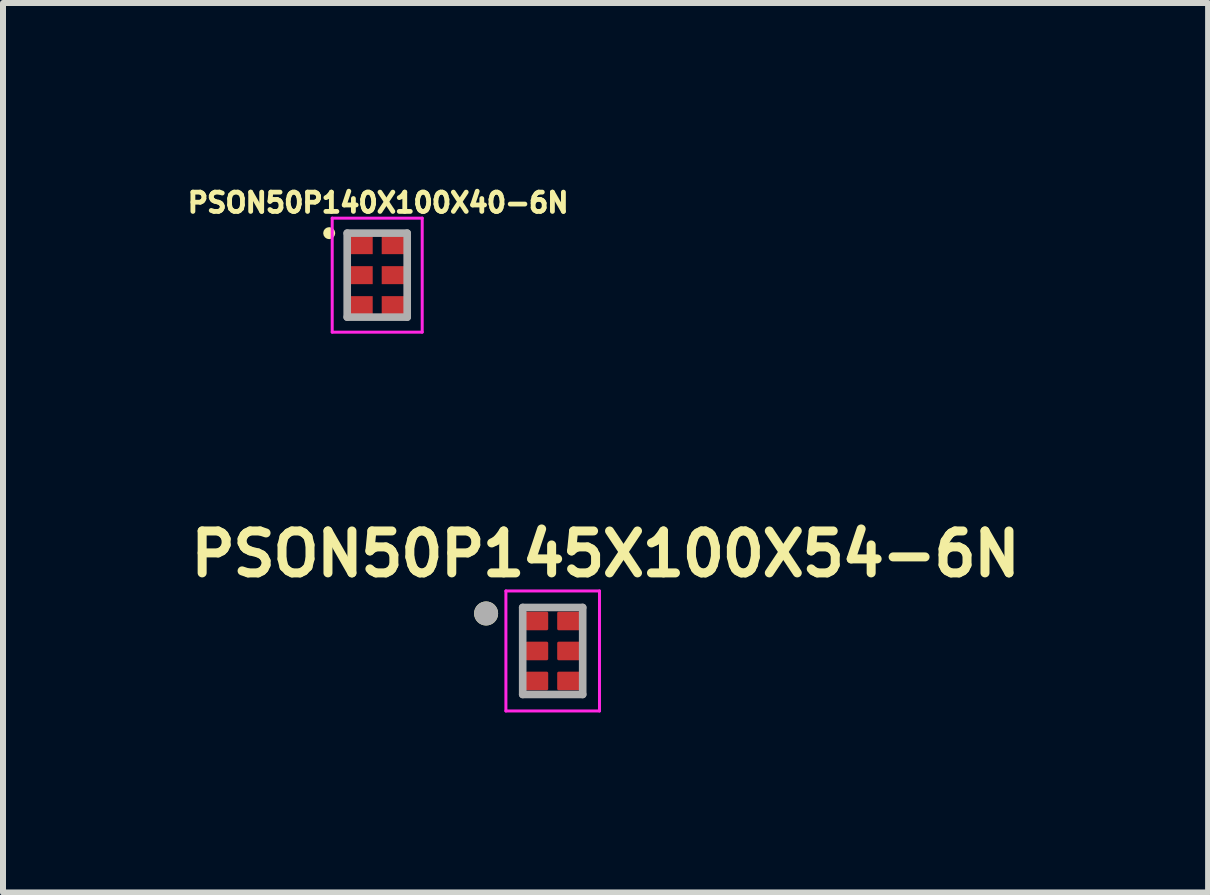
<source format=kicad_pcb>
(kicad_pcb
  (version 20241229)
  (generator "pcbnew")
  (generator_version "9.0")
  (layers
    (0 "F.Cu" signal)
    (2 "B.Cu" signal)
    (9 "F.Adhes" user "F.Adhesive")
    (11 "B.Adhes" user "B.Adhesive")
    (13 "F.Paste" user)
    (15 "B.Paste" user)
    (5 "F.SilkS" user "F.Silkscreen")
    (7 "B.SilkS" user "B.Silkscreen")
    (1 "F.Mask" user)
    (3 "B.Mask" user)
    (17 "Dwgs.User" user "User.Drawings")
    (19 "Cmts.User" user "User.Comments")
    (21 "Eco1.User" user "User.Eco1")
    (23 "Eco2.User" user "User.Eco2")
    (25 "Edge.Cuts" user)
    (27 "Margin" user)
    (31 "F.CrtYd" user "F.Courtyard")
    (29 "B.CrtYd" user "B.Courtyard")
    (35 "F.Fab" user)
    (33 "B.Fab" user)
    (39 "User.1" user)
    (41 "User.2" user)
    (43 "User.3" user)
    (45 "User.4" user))
  (footprint "PSON50P140X100X40-6N"
    (layer "F.Cu")
    (at 3.237 1.536)
    (property "Reference" "PSON50P140X100X40-6N" (at 0.016 -1.207 0) (layer "F.SilkS") (effects (font (size 0.321 0.321) (thickness 0.15))))
    (attr smd)
    (fp_circle (center -0.8 -0.7) (end -0.75 -0.7) (stroke (width 0.1) (type solid)) (fill no) (layer "F.SilkS"))
    (fp_line (start -0.75 -0.95) (end -0.75 0.95) (stroke (width 0.05) (type solid)) (layer "F.CrtYd"))
    (fp_line (start -0.75 0.95) (end 0.75 0.95) (stroke (width 0.05) (type solid)) (layer "F.CrtYd"))
    (fp_line (start 0.75 -0.95) (end -0.75 -0.95) (stroke (width 0.05) (type solid)) (layer "F.CrtYd"))
    (fp_line (start 0.75 0.95) (end 0.75 -0.95) (stroke (width 0.05) (type solid)) (layer "F.CrtYd"))
    (fp_line (start -0.5 -0.7) (end -0.5 0.7) (stroke (width 0.127) (type solid)) (layer "F.Fab"))
    (fp_line (start -0.5 0.7) (end 0.5 0.7) (stroke (width 0.127) (type solid)) (layer "F.Fab"))
    (fp_line (start 0.5 -0.7) (end -0.5 -0.7) (stroke (width 0.127) (type solid)) (layer "F.Fab"))
    (fp_line (start 0.5 0.7) (end 0.5 -0.7) (stroke (width 0.127) (type solid)) (layer "F.Fab"))
    (pad "1" smd rect (at -0.275 -0.5 270) (size 0.3 0.4) (layers "F.Cu" "F.Mask" "F.Paste"))
    (pad "2" smd rect (at -0.275 0 270) (size 0.3 0.4) (layers "F.Cu" "F.Mask" "F.Paste"))
    (pad "3" smd rect (at -0.275 0.5 270) (size 0.3 0.4) (layers "F.Cu" "F.Mask" "F.Paste"))
    (pad "4" smd rect (at 0.275 0.5 90) (size 0.3 0.4) (layers "F.Cu" "F.Mask" "F.Paste"))
    (pad "5" smd rect (at 0.275 0 90) (size 0.3 0.4) (layers "F.Cu" "F.Mask" "F.Paste"))
    (pad "6" smd rect (at 0.275 -0.5 90) (size 0.3 0.4) (layers "F.Cu" "F.Mask" "F.Paste")))
  (footprint "PSON50P145X100X54-6N"
    (layer "F.Cu")
    (at 6.162 7.8)
    (property "Reference" "PSON50P145X100X54-6N" (at 0.881 -1.617 0) (layer "F.SilkS") (effects (font (size 0.699 0.699) (thickness 0.15))))
    (attr smd)
    (fp_circle (center -1.11 -0.625) (end -1.01 -0.625) (stroke (width 0.2) (type solid)) (fill no) (layer "F.SilkS"))
    (fp_line (start -0.78 -1) (end 0.78 -1) (stroke (width 0.05) (type solid)) (layer "F.CrtYd"))
    (fp_line (start -0.78 1) (end -0.78 -1) (stroke (width 0.05) (type solid)) (layer "F.CrtYd"))
    (fp_line (start 0.78 -1) (end 0.78 1) (stroke (width 0.05) (type solid)) (layer "F.CrtYd"))
    (fp_line (start 0.78 1) (end -0.78 1) (stroke (width 0.05) (type solid)) (layer "F.CrtYd"))
    (fp_line (start -0.5 -0.725) (end 0.5 -0.725) (stroke (width 0.127) (type solid)) (layer "F.Fab"))
    (fp_line (start -0.5 0.725) (end -0.5 -0.725) (stroke (width 0.127) (type solid)) (layer "F.Fab"))
    (fp_line (start 0.5 -0.725) (end 0.5 0.725) (stroke (width 0.127) (type solid)) (layer "F.Fab"))
    (fp_line (start 0.5 0.725) (end -0.5 0.725) (stroke (width 0.127) (type solid)) (layer "F.Fab"))
    (fp_circle (center -1.11 -0.625) (end -1.01 -0.625) (stroke (width 0.2) (type solid)) (fill no) (layer "F.Fab"))
    (pad "1" smd roundrect (at -0.265 -0.5) (size 0.38 0.31) (layers "F.Cu" "F.Mask" "F.Paste") (roundrect_rratio 0.08))
    (pad "2" smd roundrect (at -0.265 0) (size 0.38 0.31) (layers "F.Cu" "F.Mask" "F.Paste") (roundrect_rratio 0.08))
    (pad "3" smd roundrect (at -0.265 0.5) (size 0.38 0.31) (layers "F.Cu" "F.Mask" "F.Paste") (roundrect_rratio 0.08))
    (pad "4" smd roundrect (at 0.265 0.5) (size 0.38 0.31) (layers "F.Cu" "F.Mask" "F.Paste") (roundrect_rratio 0.08))
    (pad "5" smd roundrect (at 0.265 0) (size 0.38 0.31) (layers "F.Cu" "F.Mask" "F.Paste") (roundrect_rratio 0.08))
    (pad "6" smd roundrect (at 0.265 -0.5) (size 0.38 0.31) (layers "F.Cu" "F.Mask" "F.Paste") (roundrect_rratio 0.08)))
  (gr_rect
    (start -3 -3)
    (end 17.086 11.825)
    (stroke (width 0.1) (type default))
    (fill no)
    (layer "Edge.Cuts")))
</source>
